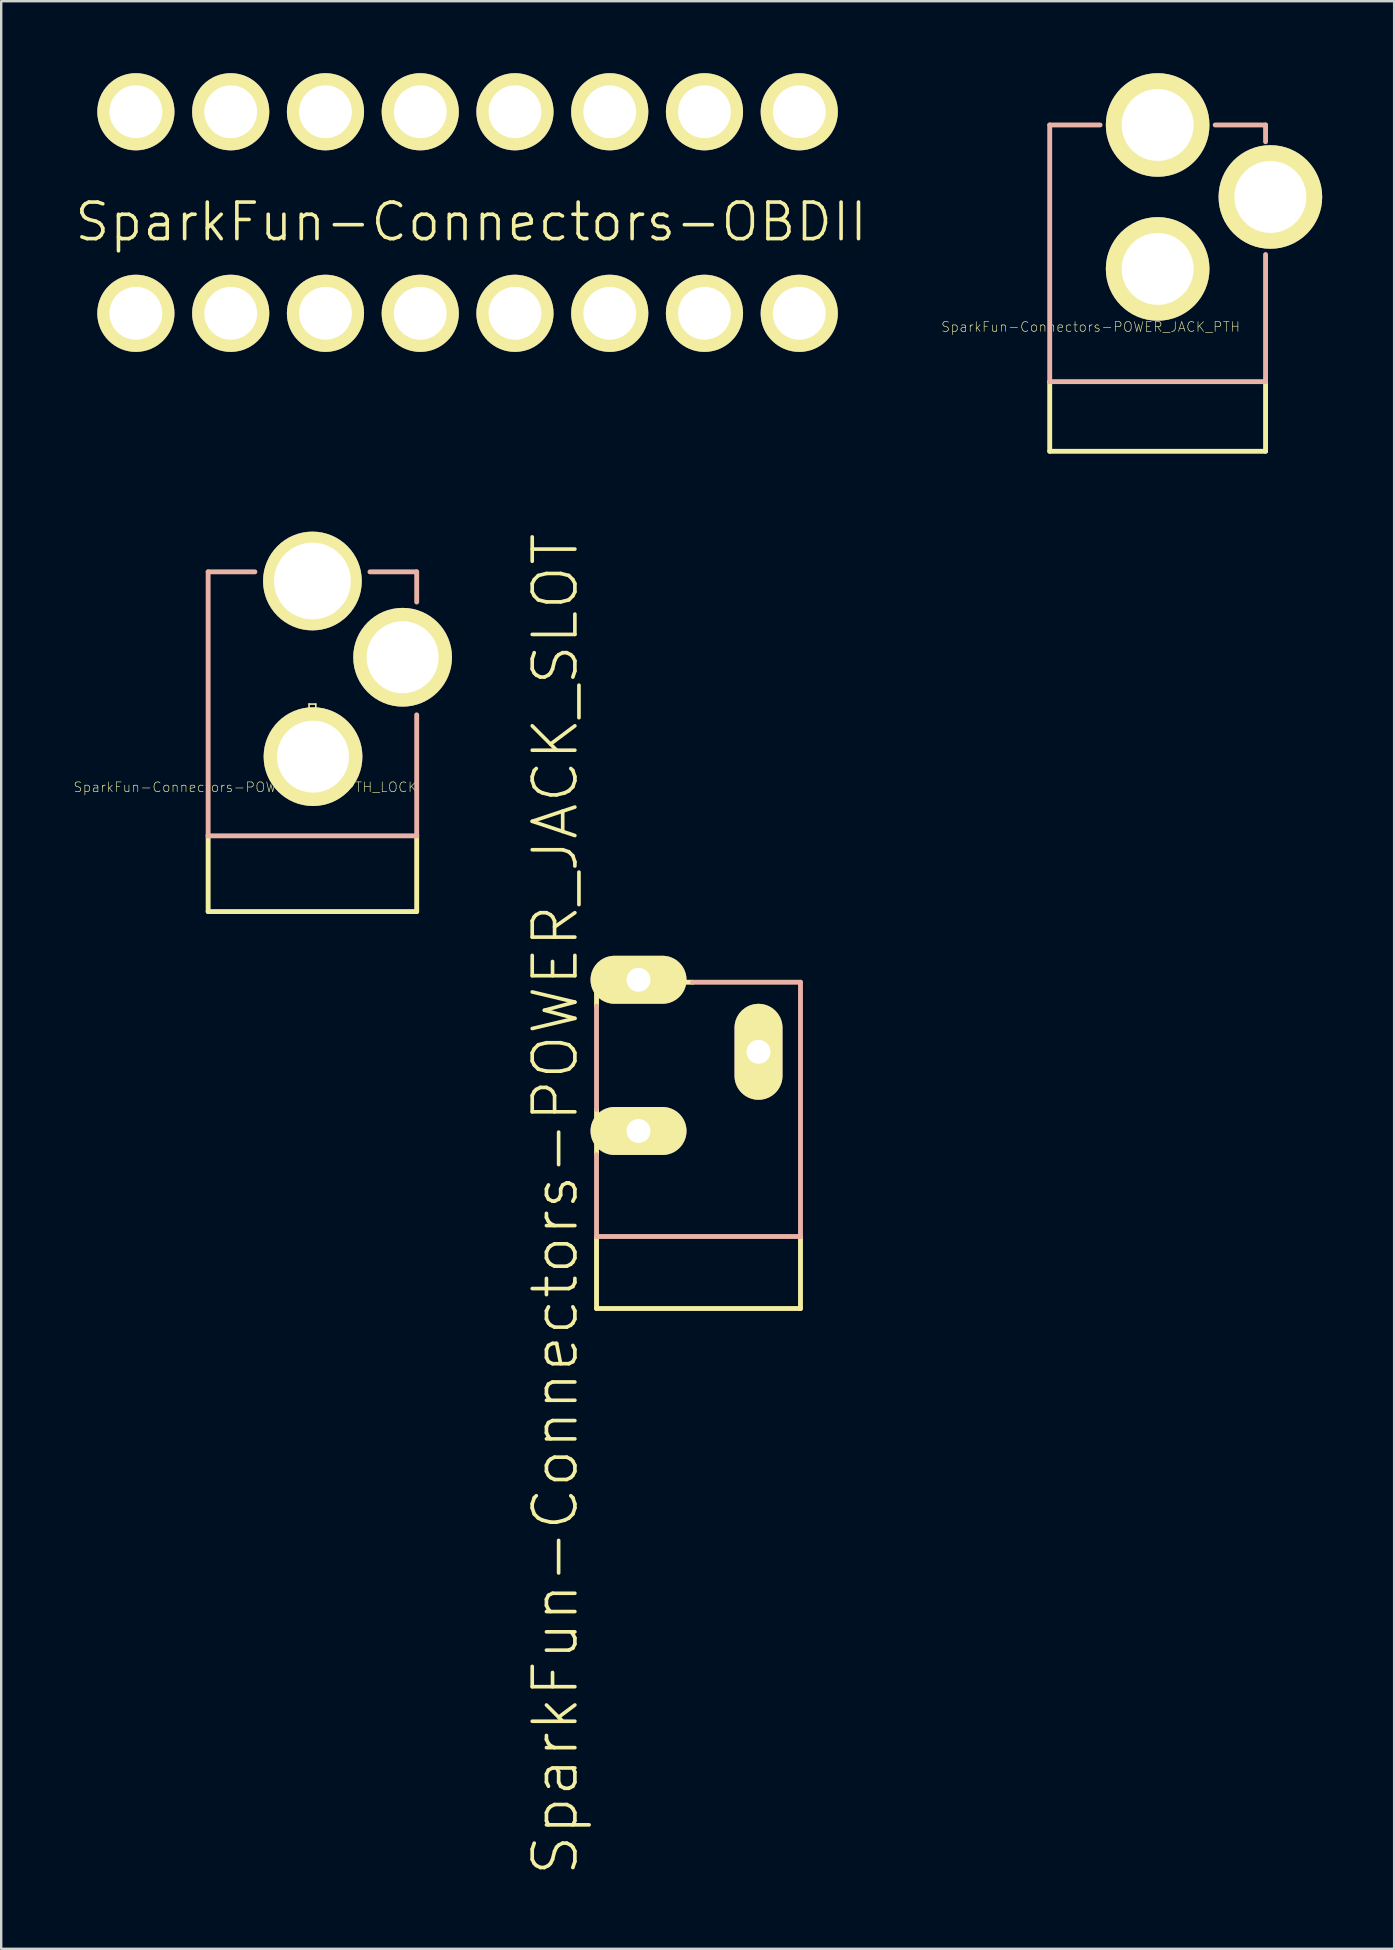
<source format=kicad_pcb>
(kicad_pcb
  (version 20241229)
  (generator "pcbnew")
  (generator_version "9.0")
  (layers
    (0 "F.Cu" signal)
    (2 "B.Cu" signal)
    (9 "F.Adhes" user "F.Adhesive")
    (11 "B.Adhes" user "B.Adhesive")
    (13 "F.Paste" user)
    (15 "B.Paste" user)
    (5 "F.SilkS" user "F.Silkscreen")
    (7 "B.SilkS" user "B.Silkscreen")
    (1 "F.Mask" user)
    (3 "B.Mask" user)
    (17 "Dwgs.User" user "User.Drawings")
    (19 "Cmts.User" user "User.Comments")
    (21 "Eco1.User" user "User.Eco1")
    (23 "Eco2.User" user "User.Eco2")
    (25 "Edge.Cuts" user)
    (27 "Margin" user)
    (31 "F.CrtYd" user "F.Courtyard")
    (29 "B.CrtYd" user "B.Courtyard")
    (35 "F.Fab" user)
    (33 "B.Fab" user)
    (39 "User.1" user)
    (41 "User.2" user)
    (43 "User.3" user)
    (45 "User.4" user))
  (footprint "SparkFun-Connectors-POWER_JACK_PTH_LOCK"
    (layer "F.Cu")
    (at 9.971 35.041)
    (property "Reference" "SparkFun-Connectors-POWER_JACK_PTH_LOCK" (at -2.794 -5.283 0) (layer "F.SilkS") (effects (font (size 0.406 0.406) (thickness 0.025))))
    (attr exclude_from_pos_files exclude_from_bom)
    (fp_line (start -4.346 -3.279) (end -4.346 -0.099) (stroke (width 0.203) (type solid)) (layer "F.SilkS"))
    (fp_line (start -0.216 -15.1) (end 0.241 -15.1) (stroke (width 0.066) (type solid)) (layer "F.SilkS"))
    (fp_line (start -0.216 -12.179) (end -0.216 -15.1) (stroke (width 0.066) (type solid)) (layer "F.SilkS"))
    (fp_line (start -0.216 -12.179) (end 0.241 -12.179) (stroke (width 0.066) (type solid)) (layer "F.SilkS"))
    (fp_line (start -0.14 -8.748) (end 0.14 -8.748) (stroke (width 0.066) (type solid)) (layer "F.SilkS"))
    (fp_line (start -0.14 -6.312) (end -0.14 -8.748) (stroke (width 0.066) (type solid)) (layer "F.SilkS"))
    (fp_line (start -0.14 -6.312) (end 0.14 -6.312) (stroke (width 0.066) (type solid)) (layer "F.SilkS"))
    (fp_line (start 0.14 -6.312) (end 0.14 -8.748) (stroke (width 0.066) (type solid)) (layer "F.SilkS"))
    (fp_line (start 0.241 -12.179) (end 0.241 -15.1) (stroke (width 0.066) (type solid)) (layer "F.SilkS"))
    (fp_line (start 4.346 -0.099) (end -4.346 -0.099) (stroke (width 0.203) (type solid)) (layer "F.SilkS"))
    (fp_line (start 4.346 -0.099) (end 4.346 -3.279) (stroke (width 0.203) (type solid)) (layer "F.SilkS"))
    (fp_line (start 4.47 -11.913) (end 4.75 -11.913) (stroke (width 0.066) (type solid)) (layer "F.SilkS"))
    (fp_line (start 4.47 -9.474) (end 4.47 -11.913) (stroke (width 0.066) (type solid)) (layer "F.SilkS"))
    (fp_line (start 4.47 -9.474) (end 4.75 -9.474) (stroke (width 0.066) (type solid)) (layer "F.SilkS"))
    (fp_line (start 4.75 -9.474) (end 4.75 -11.913) (stroke (width 0.066) (type solid)) (layer "F.SilkS"))
    (fp_line (start -4.346 -14.257) (end -2.398 -14.257) (stroke (width 0.203) (type solid)) (layer "B.SilkS"))
    (fp_line (start -4.346 -3.254) (end -4.346 -14.257) (stroke (width 0.203) (type solid)) (layer "B.SilkS"))
    (fp_line (start -4.346 -3.254) (end 4.346 -3.254) (stroke (width 0.203) (type solid)) (layer "B.SilkS"))
    (fp_line (start 4.346 -14.257) (end 2.398 -14.257) (stroke (width 0.203) (type solid)) (layer "B.SilkS"))
    (fp_line (start 4.346 -14.257) (end 4.346 -13) (stroke (width 0.203) (type solid)) (layer "B.SilkS"))
    (fp_line (start 4.346 -3.254) (end 4.346 -8.298) (stroke (width 0.203) (type solid)) (layer "B.SilkS"))
    (pad "GND" thru_hole circle (at 0.025 -6.556) (size 4.115 4.115) (drill 2.997) (layers "*.Cu" "F.Mask" "F.SilkS" "F.Paste"))
    (pad "GNDB" thru_hole circle (at 3.759 -10.698) (size 4.115 4.115) (drill 2.997) (layers "*.Cu" "F.Mask" "F.SilkS" "F.Paste"))
    (pad "PWR" thru_hole circle (at 0 -13.876) (size 4.115 4.115) (drill 3.198) (layers "*.Cu" "F.Mask" "F.SilkS" "F.Paste")))
  (footprint "SparkFun-Connectors-POWER_JACK_PTH"
    (layer "F.Cu")
    (at 45.198 15.857)
    (property "Reference" "SparkFun-Connectors-POWER_JACK_PTH" (at -2.794 -5.283 0) (layer "F.SilkS") (effects (font (size 0.406 0.406) (thickness 0.025))))
    (attr exclude_from_pos_files exclude_from_bom)
    (fp_line (start -4.498 -3) (end -4.498 -0.099) (stroke (width 0.203) (type solid)) (layer "F.SilkS"))
    (fp_line (start 4.498 -0.099) (end -4.498 -0.099) (stroke (width 0.203) (type solid)) (layer "F.SilkS"))
    (fp_line (start 4.498 -0.099) (end 4.498 -3) (stroke (width 0.203) (type solid)) (layer "F.SilkS"))
    (fp_line (start -4.498 -13.698) (end -2.398 -13.698) (stroke (width 0.203) (type solid)) (layer "B.SilkS"))
    (fp_line (start -4.498 -3) (end -4.498 -13.698) (stroke (width 0.203) (type solid)) (layer "B.SilkS"))
    (fp_line (start -4.498 -3) (end 4.498 -3) (stroke (width 0.203) (type solid)) (layer "B.SilkS"))
    (fp_line (start 4.498 -13.698) (end 2.398 -13.698) (stroke (width 0.203) (type solid)) (layer "B.SilkS"))
    (fp_line (start 4.498 -13.698) (end 4.498 -13) (stroke (width 0.203) (type solid)) (layer "B.SilkS"))
    (fp_line (start 4.498 -3) (end 4.498 -8.298) (stroke (width 0.203) (type solid)) (layer "B.SilkS"))
    (pad "GND" thru_hole circle (at 0 -7.699) (size 4.318 4.318) (drill 2.997) (layers "*.Cu" "F.Mask" "F.SilkS" "F.Paste"))
    (pad "GNDB" thru_hole circle (at 4.699 -10.698) (size 4.318 4.318) (drill 2.997) (layers "*.Cu" "F.Mask" "F.SilkS" "F.Paste"))
    (pad "PWR" thru_hole circle (at 0 -13.698) (size 4.318 4.318) (drill 2.997) (layers "*.Cu" "F.Mask" "F.SilkS" "F.Paste")))
  (footprint "SparkFun-Connectors-OBDII"
    (layer "F.Cu")
    (at 16.583 6.198)
    (property "Reference" "SparkFun-Connectors-OBDII" (at 0 0 0) (layer "F.SilkS") (effects (font (size 1.524 1.524) (thickness 0.15))))
    (attr exclude_from_pos_files exclude_from_bom)
    (pad "1" thru_hole circle (at 13.678 3.81) (size 3.216 3.216) (drill 2.2) (layers "*.Cu" "F.Mask" "F.SilkS" "F.Paste"))
    (pad "2" thru_hole circle (at 9.728 3.81) (size 3.216 3.216) (drill 2.2) (layers "*.Cu" "F.Mask" "F.SilkS" "F.Paste"))
    (pad "3" thru_hole circle (at 5.779 3.81) (size 3.216 3.216) (drill 2.2) (layers "*.Cu" "F.Mask" "F.SilkS" "F.Paste"))
    (pad "4" thru_hole circle (at 1.829 3.81) (size 3.216 3.216) (drill 2.2) (layers "*.Cu" "F.Mask" "F.SilkS" "F.Paste"))
    (pad "5" thru_hole circle (at -2.118 3.81) (size 3.216 3.216) (drill 2.2) (layers "*.Cu" "F.Mask" "F.SilkS" "F.Paste"))
    (pad "6" thru_hole circle (at -6.068 3.81) (size 3.216 3.216) (drill 2.2) (layers "*.Cu" "F.Mask" "F.SilkS" "F.Paste"))
    (pad "7" thru_hole circle (at -10.018 3.81) (size 3.216 3.216) (drill 2.2) (layers "*.Cu" "F.Mask" "F.SilkS" "F.Paste"))
    (pad "8" thru_hole circle (at -13.97 3.81) (size 3.216 3.216) (drill 2.2) (layers "*.Cu" "F.Mask" "F.SilkS" "F.Paste"))
    (pad "9" thru_hole circle (at 13.678 -4.59) (size 3.216 3.216) (drill 2.2) (layers "*.Cu" "F.Mask" "F.SilkS" "F.Paste"))
    (pad "10" thru_hole circle (at 9.728 -4.59) (size 3.216 3.216) (drill 2.2) (layers "*.Cu" "F.Mask" "F.SilkS" "F.Paste"))
    (pad "11" thru_hole circle (at 5.779 -4.59) (size 3.216 3.216) (drill 2.2) (layers "*.Cu" "F.Mask" "F.SilkS" "F.Paste"))
    (pad "12" thru_hole circle (at 1.829 -4.59) (size 3.216 3.216) (drill 2.2) (layers "*.Cu" "F.Mask" "F.SilkS" "F.Paste"))
    (pad "13" thru_hole circle (at -2.118 -4.59) (size 3.216 3.216) (drill 2.2) (layers "*.Cu" "F.Mask" "F.SilkS" "F.Paste"))
    (pad "14" thru_hole circle (at -6.068 -4.59) (size 3.216 3.216) (drill 2.2) (layers "*.Cu" "F.Mask" "F.SilkS" "F.Paste"))
    (pad "15" thru_hole circle (at -10.018 -4.59) (size 3.216 3.216) (drill 2.2) (layers "*.Cu" "F.Mask" "F.SilkS" "F.Paste"))
    (pad "16" thru_hole circle (at -13.97 -4.59) (size 3.216 3.216) (drill 2.2) (layers "*.Cu" "F.Mask" "F.SilkS" "F.Paste")))
  (footprint "SparkFun-Connectors-POWER_JACK_SLOT"
    (layer "F.Cu")
    (at 20.984 51.585)
    (property "Reference" "SparkFun-Connectors-POWER_JACK_SLOT" (at -0.889 -4.445 90) (layer "F.SilkS") (effects (font (size 1.778 1.778) (thickness 0.152))))
    (attr exclude_from_pos_files exclude_from_bom)
    (fp_line (start 0.828 -13.698) (end 0.828 -12.7) (stroke (width 0.203) (type solid)) (layer "F.SilkS"))
    (fp_line (start 0.828 -8.4) (end 0.828 -6.548) (stroke (width 0.203) (type solid)) (layer "F.SilkS"))
    (fp_line (start 0.828 -3.099) (end 0.828 -0.099) (stroke (width 0.203) (type solid)) (layer "F.SilkS"))
    (fp_line (start 0.978 -13.8) (end 4.178 -13.8) (stroke (width 0.1) (type solid)) (layer "F.SilkS"))
    (fp_line (start 1.478 -14.298) (end 3.678 -14.298) (stroke (width 0.1) (type solid)) (layer "F.SilkS"))
    (fp_line (start 1.478 -7.998) (end 3.678 -7.998) (stroke (width 0.1) (type solid)) (layer "F.SilkS"))
    (fp_line (start 3.678 -13.299) (end 1.478 -13.299) (stroke (width 0.1) (type solid)) (layer "F.SilkS"))
    (fp_line (start 3.678 -6.998) (end 1.478 -6.998) (stroke (width 0.1) (type solid)) (layer "F.SilkS"))
    (fp_line (start 4.829 -13.698) (end 0.828 -13.698) (stroke (width 0.203) (type solid)) (layer "F.SilkS"))
    (fp_line (start 7.079 -9.698) (end 7.079 -11.9) (stroke (width 0.1) (type solid)) (layer "F.SilkS"))
    (fp_line (start 8.08 -11.9) (end 8.08 -9.698) (stroke (width 0.1) (type solid)) (layer "F.SilkS"))
    (fp_line (start 9.329 -0.099) (end 0.828 -0.099) (stroke (width 0.203) (type solid)) (layer "F.SilkS"))
    (fp_line (start 9.329 -0.099) (end 9.329 -3.099) (stroke (width 0.203) (type solid)) (layer "F.SilkS"))
    (fp_arc (start 0.9779 -13.79982) (mid 1.124458 -14.153642) (end 1.47828 -14.3002) (stroke (width 0.1) (type solid)) (layer "F.SilkS"))
    (fp_arc (start 0.9779 -7.49808) (mid 1.124458 -7.851902) (end 1.47828 -7.99846) (stroke (width 0.1) (type solid)) (layer "F.SilkS"))
    (fp_arc (start 1.47828 -13.29944) (mid 1.124458 -13.445998) (end 0.9779 -13.79982) (stroke (width 0.1) (type solid)) (layer "F.SilkS"))
    (fp_arc (start 1.47828 -6.9977) (mid 1.124458 -7.144258) (end 0.9779 -7.49808) (stroke (width 0.1) (type solid)) (layer "F.SilkS"))
    (fp_arc (start 3.67792 -14.29766) (mid 4.029946 -14.151846) (end 4.17576 -13.79982) (stroke (width 0.1) (type solid)) (layer "F.SilkS"))
    (fp_arc (start 3.67792 -7.99846) (mid 4.031742 -7.851902) (end 4.1783 -7.49808) (stroke (width 0.1) (type solid)) (layer "F.SilkS"))
    (fp_arc (start 4.1783 -13.79982) (mid 4.031742 -13.445998) (end 3.67792 -13.29944) (stroke (width 0.1) (type solid)) (layer "F.SilkS"))
    (fp_arc (start 4.1783 -7.49808) (mid 4.031742 -7.144258) (end 3.67792 -6.9977) (stroke (width 0.1) (type solid)) (layer "F.SilkS"))
    (fp_arc (start 7.07898 -11.8999) (mid 7.225538 -12.253722) (end 7.57936 -12.40028) (stroke (width 0.1) (type solid)) (layer "F.SilkS"))
    (fp_arc (start 7.57936 -12.39774) (mid 7.931386 -12.251926) (end 8.0772 -11.8999) (stroke (width 0.1) (type solid)) (layer "F.SilkS"))
    (fp_arc (start 7.57936 -9.19988) (mid 7.227334 -9.345694) (end 7.08152 -9.69772) (stroke (width 0.1) (type solid)) (layer "F.SilkS"))
    (fp_arc (start 8.07974 -9.69772) (mid 7.933182 -9.343898) (end 7.57936 -9.19734) (stroke (width 0.1) (type solid)) (layer "F.SilkS"))
    (fp_line (start 0.828 -12.7) (end 0.828 -8.4) (stroke (width 0.203) (type solid)) (layer "B.SilkS"))
    (fp_line (start 0.828 -6.507) (end 0.828 -3.099) (stroke (width 0.203) (type solid)) (layer "B.SilkS"))
    (fp_line (start 0.828 -3.099) (end 9.329 -3.099) (stroke (width 0.203) (type solid)) (layer "B.SilkS"))
    (fp_line (start 9.329 -13.698) (end 4.829 -13.698) (stroke (width 0.203) (type solid)) (layer "B.SilkS"))
    (fp_line (start 9.329 -3.099) (end 9.279 -3.099) (stroke (width 0.203) (type solid)) (layer "B.SilkS"))
    (fp_line (start 9.329 -3.099) (end 9.329 -13.698) (stroke (width 0.203) (type solid)) (layer "B.SilkS"))
    (pad "GND@" thru_hole oval (at 2.578 -7.498 90) (size 1.999 3.998) (drill 0.998) (layers "*.Cu" "F.Mask" "F.SilkS" "F.Paste"))
    (pad "GND@" thru_hole oval (at 7.579 -10.798 180) (size 1.999 3.998) (drill 0.998) (layers "*.Cu" "F.Mask" "F.SilkS" "F.Paste"))
    (pad "PWR" thru_hole oval (at 2.578 -13.8 90) (size 1.999 3.998) (drill 0.998) (layers "*.Cu" "F.Mask" "F.SilkS" "F.Paste")))
  (gr_rect
    (start -3 -3)
    (end 55.056 78.173)
    (stroke (width 0.1) (type default))
    (fill no)
    (layer "Edge.Cuts")))
</source>
